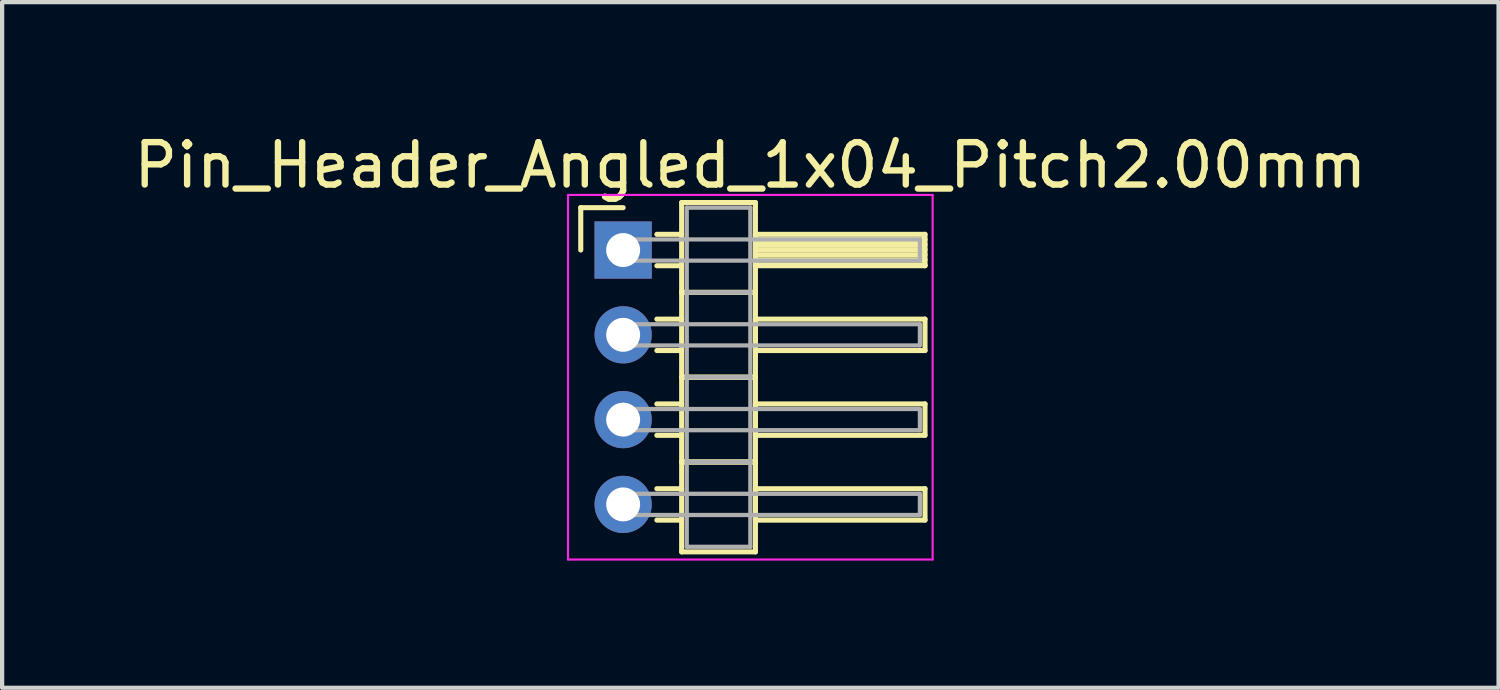
<source format=kicad_pcb>
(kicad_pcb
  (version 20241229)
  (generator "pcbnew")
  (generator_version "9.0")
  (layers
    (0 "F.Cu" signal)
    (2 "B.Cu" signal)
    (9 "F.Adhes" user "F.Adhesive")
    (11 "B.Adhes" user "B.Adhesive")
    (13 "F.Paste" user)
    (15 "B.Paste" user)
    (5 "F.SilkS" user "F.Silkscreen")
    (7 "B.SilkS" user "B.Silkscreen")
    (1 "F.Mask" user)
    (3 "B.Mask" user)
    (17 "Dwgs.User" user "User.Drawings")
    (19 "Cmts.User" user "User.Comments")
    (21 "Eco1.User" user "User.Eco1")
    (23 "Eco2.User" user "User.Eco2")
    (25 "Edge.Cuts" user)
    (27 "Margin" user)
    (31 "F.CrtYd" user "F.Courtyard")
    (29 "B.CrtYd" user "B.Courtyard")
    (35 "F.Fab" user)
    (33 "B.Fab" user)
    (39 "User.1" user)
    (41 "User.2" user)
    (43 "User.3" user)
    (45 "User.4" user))
  (footprint "Pin_Header_Angled_1x04_Pitch2.00mm"
    (layer "F.Cu")
    (at 11.649 2.848)
    (property "Reference" "Pin_Header_Angled_1x04_Pitch2.00mm" (at 3 -2 0) (layer "F.SilkS") (effects (font (size 1 1) (thickness 0.15))))
    (attr through_hole)
    (fp_line (start -1 -1) (end 0 -1) (stroke (width 0.12) (type solid)) (layer "F.SilkS"))
    (fp_line (start -1 0) (end -1 -1) (stroke (width 0.12) (type solid)) (layer "F.SilkS"))
    (fp_line (start 0.795 -0.37) (end 1.38 -0.37) (stroke (width 0.12) (type solid)) (layer "F.SilkS"))
    (fp_line (start 0.795 0.37) (end 1.38 0.37) (stroke (width 0.12) (type solid)) (layer "F.SilkS"))
    (fp_line (start 0.795 1.63) (end 1.38 1.63) (stroke (width 0.12) (type solid)) (layer "F.SilkS"))
    (fp_line (start 0.795 2.37) (end 1.38 2.37) (stroke (width 0.12) (type solid)) (layer "F.SilkS"))
    (fp_line (start 0.795 3.63) (end 1.38 3.63) (stroke (width 0.12) (type solid)) (layer "F.SilkS"))
    (fp_line (start 0.795 4.37) (end 1.38 4.37) (stroke (width 0.12) (type solid)) (layer "F.SilkS"))
    (fp_line (start 0.795 5.63) (end 1.38 5.63) (stroke (width 0.12) (type solid)) (layer "F.SilkS"))
    (fp_line (start 0.795 6.37) (end 1.38 6.37) (stroke (width 0.12) (type solid)) (layer "F.SilkS"))
    (fp_line (start 1.38 -1.12) (end 1.38 1) (stroke (width 0.12) (type solid)) (layer "F.SilkS"))
    (fp_line (start 1.38 1) (end 1.38 3) (stroke (width 0.12) (type solid)) (layer "F.SilkS"))
    (fp_line (start 1.38 1) (end 3.12 1) (stroke (width 0.12) (type solid)) (layer "F.SilkS"))
    (fp_line (start 1.38 3) (end 1.38 5) (stroke (width 0.12) (type solid)) (layer "F.SilkS"))
    (fp_line (start 1.38 3) (end 3.12 3) (stroke (width 0.12) (type solid)) (layer "F.SilkS"))
    (fp_line (start 1.38 5) (end 1.38 7.12) (stroke (width 0.12) (type solid)) (layer "F.SilkS"))
    (fp_line (start 1.38 5) (end 3.12 5) (stroke (width 0.12) (type solid)) (layer "F.SilkS"))
    (fp_line (start 1.38 7.12) (end 3.12 7.12) (stroke (width 0.12) (type solid)) (layer "F.SilkS"))
    (fp_line (start 3.12 -1.12) (end 1.38 -1.12) (stroke (width 0.12) (type solid)) (layer "F.SilkS"))
    (fp_line (start 3.12 -0.37) (end 3.12 0.37) (stroke (width 0.12) (type solid)) (layer "F.SilkS"))
    (fp_line (start 3.12 -0.25) (end 7.12 -0.25) (stroke (width 0.12) (type solid)) (layer "F.SilkS"))
    (fp_line (start 3.12 -0.13) (end 7.12 -0.13) (stroke (width 0.12) (type solid)) (layer "F.SilkS"))
    (fp_line (start 3.12 -0.01) (end 7.12 -0.01) (stroke (width 0.12) (type solid)) (layer "F.SilkS"))
    (fp_line (start 3.12 0.11) (end 7.12 0.11) (stroke (width 0.12) (type solid)) (layer "F.SilkS"))
    (fp_line (start 3.12 0.23) (end 7.12 0.23) (stroke (width 0.12) (type solid)) (layer "F.SilkS"))
    (fp_line (start 3.12 0.35) (end 7.12 0.35) (stroke (width 0.12) (type solid)) (layer "F.SilkS"))
    (fp_line (start 3.12 0.37) (end 7.12 0.37) (stroke (width 0.12) (type solid)) (layer "F.SilkS"))
    (fp_line (start 3.12 1) (end 1.38 1) (stroke (width 0.12) (type solid)) (layer "F.SilkS"))
    (fp_line (start 3.12 1) (end 3.12 -1.12) (stroke (width 0.12) (type solid)) (layer "F.SilkS"))
    (fp_line (start 3.12 1.63) (end 3.12 2.37) (stroke (width 0.12) (type solid)) (layer "F.SilkS"))
    (fp_line (start 3.12 2.37) (end 7.12 2.37) (stroke (width 0.12) (type solid)) (layer "F.SilkS"))
    (fp_line (start 3.12 3) (end 1.38 3) (stroke (width 0.12) (type solid)) (layer "F.SilkS"))
    (fp_line (start 3.12 3) (end 3.12 1) (stroke (width 0.12) (type solid)) (layer "F.SilkS"))
    (fp_line (start 3.12 3.63) (end 3.12 4.37) (stroke (width 0.12) (type solid)) (layer "F.SilkS"))
    (fp_line (start 3.12 4.37) (end 7.12 4.37) (stroke (width 0.12) (type solid)) (layer "F.SilkS"))
    (fp_line (start 3.12 5) (end 1.38 5) (stroke (width 0.12) (type solid)) (layer "F.SilkS"))
    (fp_line (start 3.12 5) (end 3.12 3) (stroke (width 0.12) (type solid)) (layer "F.SilkS"))
    (fp_line (start 3.12 5.63) (end 3.12 6.37) (stroke (width 0.12) (type solid)) (layer "F.SilkS"))
    (fp_line (start 3.12 6.37) (end 7.12 6.37) (stroke (width 0.12) (type solid)) (layer "F.SilkS"))
    (fp_line (start 3.12 7.12) (end 3.12 5) (stroke (width 0.12) (type solid)) (layer "F.SilkS"))
    (fp_line (start 7.12 -0.37) (end 3.12 -0.37) (stroke (width 0.12) (type solid)) (layer "F.SilkS"))
    (fp_line (start 7.12 0.37) (end 7.12 -0.37) (stroke (width 0.12) (type solid)) (layer "F.SilkS"))
    (fp_line (start 7.12 1.63) (end 3.12 1.63) (stroke (width 0.12) (type solid)) (layer "F.SilkS"))
    (fp_line (start 7.12 2.37) (end 7.12 1.63) (stroke (width 0.12) (type solid)) (layer "F.SilkS"))
    (fp_line (start 7.12 3.63) (end 3.12 3.63) (stroke (width 0.12) (type solid)) (layer "F.SilkS"))
    (fp_line (start 7.12 4.37) (end 7.12 3.63) (stroke (width 0.12) (type solid)) (layer "F.SilkS"))
    (fp_line (start 7.12 5.63) (end 3.12 5.63) (stroke (width 0.12) (type solid)) (layer "F.SilkS"))
    (fp_line (start 7.12 6.37) (end 7.12 5.63) (stroke (width 0.12) (type solid)) (layer "F.SilkS"))
    (fp_line (start -1.3 -1.3) (end -1.3 7.3) (stroke (width 0.05) (type solid)) (layer "F.CrtYd"))
    (fp_line (start -1.3 7.3) (end 7.3 7.3) (stroke (width 0.05) (type solid)) (layer "F.CrtYd"))
    (fp_line (start 7.3 -1.3) (end -1.3 -1.3) (stroke (width 0.05) (type solid)) (layer "F.CrtYd"))
    (fp_line (start 7.3 7.3) (end 7.3 -1.3) (stroke (width 0.05) (type solid)) (layer "F.CrtYd"))
    (fp_line (start 0 -0.25) (end 0 0.25) (stroke (width 0.1) (type solid)) (layer "F.Fab"))
    (fp_line (start 0 0.25) (end 7 0.25) (stroke (width 0.1) (type solid)) (layer "F.Fab"))
    (fp_line (start 0 1.75) (end 0 2.25) (stroke (width 0.1) (type solid)) (layer "F.Fab"))
    (fp_line (start 0 2.25) (end 7 2.25) (stroke (width 0.1) (type solid)) (layer "F.Fab"))
    (fp_line (start 0 3.75) (end 0 4.25) (stroke (width 0.1) (type solid)) (layer "F.Fab"))
    (fp_line (start 0 4.25) (end 7 4.25) (stroke (width 0.1) (type solid)) (layer "F.Fab"))
    (fp_line (start 0 5.75) (end 0 6.25) (stroke (width 0.1) (type solid)) (layer "F.Fab"))
    (fp_line (start 0 6.25) (end 7 6.25) (stroke (width 0.1) (type solid)) (layer "F.Fab"))
    (fp_line (start 1.5 -1) (end 1.5 1) (stroke (width 0.1) (type solid)) (layer "F.Fab"))
    (fp_line (start 1.5 1) (end 1.5 3) (stroke (width 0.1) (type solid)) (layer "F.Fab"))
    (fp_line (start 1.5 1) (end 3 1) (stroke (width 0.1) (type solid)) (layer "F.Fab"))
    (fp_line (start 1.5 3) (end 1.5 5) (stroke (width 0.1) (type solid)) (layer "F.Fab"))
    (fp_line (start 1.5 3) (end 3 3) (stroke (width 0.1) (type solid)) (layer "F.Fab"))
    (fp_line (start 1.5 5) (end 1.5 7) (stroke (width 0.1) (type solid)) (layer "F.Fab"))
    (fp_line (start 1.5 5) (end 3 5) (stroke (width 0.1) (type solid)) (layer "F.Fab"))
    (fp_line (start 1.5 7) (end 3 7) (stroke (width 0.1) (type solid)) (layer "F.Fab"))
    (fp_line (start 3 -1) (end 1.5 -1) (stroke (width 0.1) (type solid)) (layer "F.Fab"))
    (fp_line (start 3 1) (end 1.5 1) (stroke (width 0.1) (type solid)) (layer "F.Fab"))
    (fp_line (start 3 1) (end 3 -1) (stroke (width 0.1) (type solid)) (layer "F.Fab"))
    (fp_line (start 3 3) (end 1.5 3) (stroke (width 0.1) (type solid)) (layer "F.Fab"))
    (fp_line (start 3 3) (end 3 1) (stroke (width 0.1) (type solid)) (layer "F.Fab"))
    (fp_line (start 3 5) (end 1.5 5) (stroke (width 0.1) (type solid)) (layer "F.Fab"))
    (fp_line (start 3 5) (end 3 3) (stroke (width 0.1) (type solid)) (layer "F.Fab"))
    (fp_line (start 3 7) (end 3 5) (stroke (width 0.1) (type solid)) (layer "F.Fab"))
    (fp_line (start 7 -0.25) (end 0 -0.25) (stroke (width 0.1) (type solid)) (layer "F.Fab"))
    (fp_line (start 7 0.25) (end 7 -0.25) (stroke (width 0.1) (type solid)) (layer "F.Fab"))
    (fp_line (start 7 1.75) (end 0 1.75) (stroke (width 0.1) (type solid)) (layer "F.Fab"))
    (fp_line (start 7 2.25) (end 7 1.75) (stroke (width 0.1) (type solid)) (layer "F.Fab"))
    (fp_line (start 7 3.75) (end 0 3.75) (stroke (width 0.1) (type solid)) (layer "F.Fab"))
    (fp_line (start 7 4.25) (end 7 3.75) (stroke (width 0.1) (type solid)) (layer "F.Fab"))
    (fp_line (start 7 5.75) (end 0 5.75) (stroke (width 0.1) (type solid)) (layer "F.Fab"))
    (fp_line (start 7 6.25) (end 7 5.75) (stroke (width 0.1) (type solid)) (layer "F.Fab"))
    (pad "1" thru_hole rect (at 0 0) (size 1.35 1.35) (drill 0.8) (layers "*.Cu" "*.Mask"))
    (pad "2" thru_hole oval (at 0 2) (size 1.35 1.35) (drill 0.8) (layers "*.Cu" "*.Mask"))
    (pad "3" thru_hole oval (at 0 4) (size 1.35 1.35) (drill 0.8) (layers "*.Cu" "*.Mask"))
    (pad "4" thru_hole oval (at 0 6) (size 1.35 1.35) (drill 0.8) (layers "*.Cu" "*.Mask")))
  (gr_rect
    (start -3 -3)
    (end 32.298 13.173)
    (stroke (width 0.1) (type default))
    (fill no)
    (layer "Edge.Cuts")))
</source>
